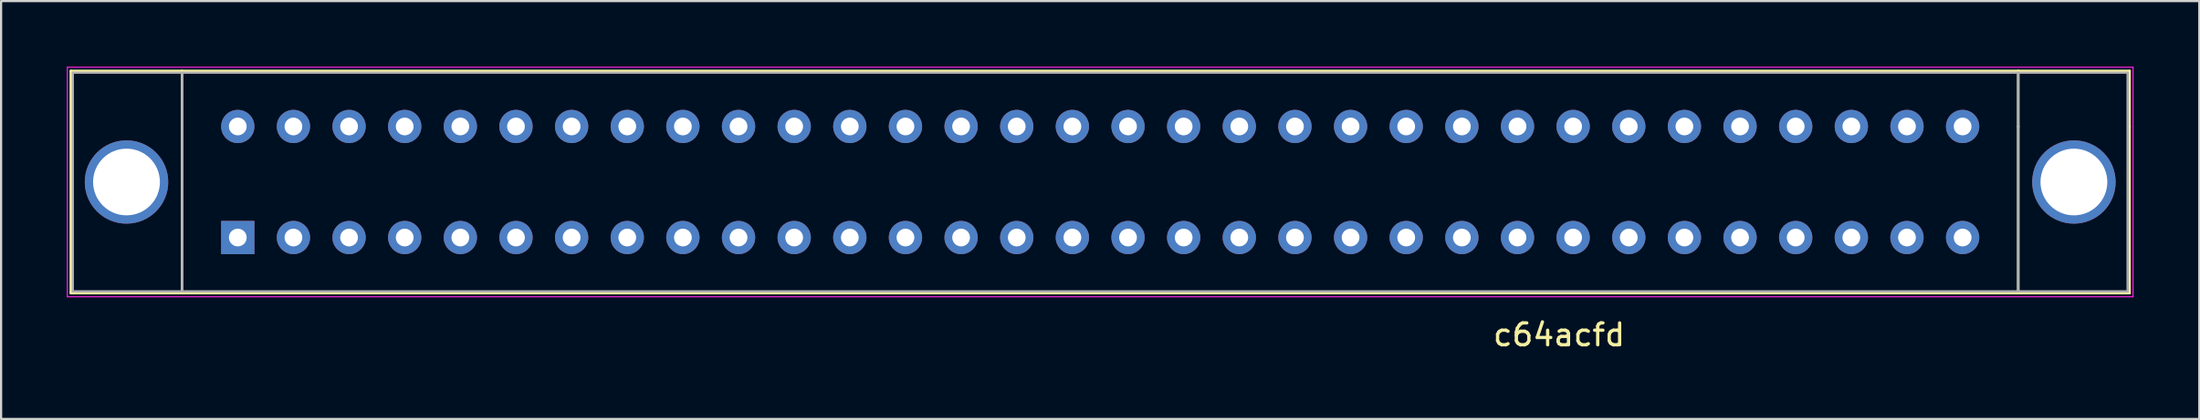
<source format=kicad_pcb>
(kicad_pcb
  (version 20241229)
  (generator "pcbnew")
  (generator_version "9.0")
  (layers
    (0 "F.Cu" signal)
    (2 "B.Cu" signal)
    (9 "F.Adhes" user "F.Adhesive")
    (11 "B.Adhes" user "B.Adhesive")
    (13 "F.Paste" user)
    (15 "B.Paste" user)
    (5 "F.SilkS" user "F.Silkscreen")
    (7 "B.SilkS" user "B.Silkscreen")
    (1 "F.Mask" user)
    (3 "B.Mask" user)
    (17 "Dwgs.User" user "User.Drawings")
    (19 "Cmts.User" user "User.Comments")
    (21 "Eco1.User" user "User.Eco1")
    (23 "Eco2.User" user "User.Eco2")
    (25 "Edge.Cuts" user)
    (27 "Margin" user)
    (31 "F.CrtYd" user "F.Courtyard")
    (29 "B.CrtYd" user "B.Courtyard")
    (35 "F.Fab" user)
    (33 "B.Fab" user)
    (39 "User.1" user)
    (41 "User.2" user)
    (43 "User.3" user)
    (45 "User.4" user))
  (footprint "c64acfd"
    (layer "F.Cu")
    (at 7.805 7.815)
    (property "Reference" "c64acfd" (at 60.32 4.45 0) (layer "F.SilkS") (effects (font (size 1 1) (thickness 0.15))))
    (attr through_hole)
    (fp_line (start -7.62 2.54) (end -7.62 -7.62) (stroke (width 0.12) (type solid)) (layer "F.SilkS"))
    (fp_line (start -2.54 -7.62) (end -2.54 2.54) (stroke (width 0.12) (type solid)) (layer "F.SilkS"))
    (fp_line (start 81.28 -5.08) (end 81.28 -7.62) (stroke (width 0.12) (type solid)) (layer "F.SilkS"))
    (fp_line (start 81.28 -5.08) (end 81.28 2.54) (stroke (width 0.12) (type solid)) (layer "F.SilkS"))
    (fp_line (start 86.36 -7.62) (end -7.62 -7.62) (stroke (width 0.12) (type solid)) (layer "F.SilkS"))
    (fp_line (start 86.36 -5.08) (end 86.36 -7.62) (stroke (width 0.12) (type solid)) (layer "F.SilkS"))
    (fp_line (start 86.36 -5.08) (end 86.36 2.54) (stroke (width 0.12) (type solid)) (layer "F.SilkS"))
    (fp_line (start 86.36 2.54) (end -7.62 2.54) (stroke (width 0.12) (type solid)) (layer "F.SilkS"))
    (fp_line (start -7.78 -7.79) (end -7.78 2.71) (stroke (width 0.05) (type solid)) (layer "F.CrtYd"))
    (fp_line (start -7.78 -7.79) (end 86.52 -7.79) (stroke (width 0.05) (type solid)) (layer "F.CrtYd"))
    (fp_line (start 86.52 2.71) (end -7.78 2.71) (stroke (width 0.05) (type solid)) (layer "F.CrtYd"))
    (fp_line (start 86.52 2.71) (end 86.52 -7.79) (stroke (width 0.05) (type solid)) (layer "F.CrtYd"))
    (fp_line (start -7.53 -7.54) (end -7.53 2.46) (stroke (width 0.1) (type solid)) (layer "F.Fab"))
    (fp_line (start -7.53 2.46) (end 86.27 2.46) (stroke (width 0.1) (type solid)) (layer "F.Fab"))
    (fp_line (start -2.53 -7.54) (end -2.53 2.46) (stroke (width 0.1) (type solid)) (layer "F.Fab"))
    (fp_line (start 81.27 2.46) (end 81.27 -7.54) (stroke (width 0.1) (type solid)) (layer "F.Fab"))
    (fp_line (start 86.27 -7.54) (end -7.53 -7.54) (stroke (width 0.1) (type solid)) (layer "F.Fab"))
    (fp_line (start 86.27 2.46) (end 86.27 -7.54) (stroke (width 0.1) (type solid)) (layer "F.Fab"))
    (pad "65" thru_hole circle (at 83.82 -2.54) (size 3.81 3.81) (drill 3.05) (layers "*.Cu" "*.Mask"))
    (pad "66" thru_hole circle (at -5.08 -2.54) (size 3.81 3.81) (drill 3.05) (layers "*.Cu" "*.Mask"))
    (pad "A1" thru_hole rect (at 0 0) (size 1.52 1.52) (drill 0.81) (layers "*.Cu" "*.Mask"))
    (pad "A2" thru_hole circle (at 2.54 0) (size 1.52 1.52) (drill 0.81) (layers "*.Cu" "*.Mask"))
    (pad "A3" thru_hole circle (at 5.08 0) (size 1.52 1.52) (drill 0.81) (layers "*.Cu" "*.Mask"))
    (pad "A4" thru_hole circle (at 7.62 0) (size 1.52 1.52) (drill 0.81) (layers "*.Cu" "*.Mask"))
    (pad "A5" thru_hole circle (at 10.16 0) (size 1.52 1.52) (drill 0.81) (layers "*.Cu" "*.Mask"))
    (pad "A6" thru_hole circle (at 12.7 0) (size 1.52 1.52) (drill 0.81) (layers "*.Cu" "*.Mask"))
    (pad "A7" thru_hole circle (at 15.24 0) (size 1.52 1.52) (drill 0.81) (layers "*.Cu" "*.Mask"))
    (pad "A8" thru_hole circle (at 17.78 0) (size 1.52 1.52) (drill 0.81) (layers "*.Cu" "*.Mask"))
    (pad "A9" thru_hole circle (at 20.32 0) (size 1.52 1.52) (drill 0.81) (layers "*.Cu" "*.Mask"))
    (pad "A10" thru_hole circle (at 22.86 0) (size 1.52 1.52) (drill 0.81) (layers "*.Cu" "*.Mask"))
    (pad "A11" thru_hole circle (at 25.4 0) (size 1.52 1.52) (drill 0.81) (layers "*.Cu" "*.Mask"))
    (pad "A12" thru_hole circle (at 27.94 0) (size 1.52 1.52) (drill 0.81) (layers "*.Cu" "*.Mask"))
    (pad "A13" thru_hole circle (at 30.48 0) (size 1.52 1.52) (drill 0.81) (layers "*.Cu" "*.Mask"))
    (pad "A14" thru_hole circle (at 33.02 0) (size 1.52 1.52) (drill 0.81) (layers "*.Cu" "*.Mask"))
    (pad "A15" thru_hole circle (at 35.56 0) (size 1.52 1.52) (drill 0.81) (layers "*.Cu" "*.Mask"))
    (pad "A16" thru_hole circle (at 38.1 0) (size 1.52 1.52) (drill 0.81) (layers "*.Cu" "*.Mask"))
    (pad "A17" thru_hole circle (at 40.64 0) (size 1.52 1.52) (drill 0.81) (layers "*.Cu" "*.Mask"))
    (pad "A18" thru_hole circle (at 43.18 0) (size 1.52 1.52) (drill 0.81) (layers "*.Cu" "*.Mask"))
    (pad "A19" thru_hole circle (at 45.72 0) (size 1.52 1.52) (drill 0.81) (layers "*.Cu" "*.Mask"))
    (pad "A20" thru_hole circle (at 48.26 0) (size 1.52 1.52) (drill 0.81) (layers "*.Cu" "*.Mask"))
    (pad "A21" thru_hole circle (at 50.8 0) (size 1.52 1.52) (drill 0.81) (layers "*.Cu" "*.Mask"))
    (pad "A22" thru_hole circle (at 53.34 0) (size 1.52 1.52) (drill 0.81) (layers "*.Cu" "*.Mask"))
    (pad "A23" thru_hole circle (at 55.88 0) (size 1.52 1.52) (drill 0.81) (layers "*.Cu" "*.Mask"))
    (pad "A24" thru_hole circle (at 58.42 0) (size 1.52 1.52) (drill 0.81) (layers "*.Cu" "*.Mask"))
    (pad "A25" thru_hole circle (at 60.96 0) (size 1.52 1.52) (drill 0.81) (layers "*.Cu" "*.Mask"))
    (pad "A26" thru_hole circle (at 63.5 0) (size 1.52 1.52) (drill 0.81) (layers "*.Cu" "*.Mask"))
    (pad "A27" thru_hole circle (at 66.04 0) (size 1.52 1.52) (drill 0.81) (layers "*.Cu" "*.Mask"))
    (pad "A28" thru_hole circle (at 68.58 0) (size 1.52 1.52) (drill 0.81) (layers "*.Cu" "*.Mask"))
    (pad "A29" thru_hole circle (at 71.12 0) (size 1.52 1.52) (drill 0.81) (layers "*.Cu" "*.Mask"))
    (pad "A30" thru_hole circle (at 73.66 0) (size 1.52 1.52) (drill 0.81) (layers "*.Cu" "*.Mask"))
    (pad "A31" thru_hole circle (at 76.2 0) (size 1.52 1.52) (drill 0.81) (layers "*.Cu" "*.Mask"))
    (pad "A32" thru_hole circle (at 78.74 0) (size 1.52 1.52) (drill 0.81) (layers "*.Cu" "*.Mask"))
    (pad "C1" thru_hole circle (at 0 -5.08) (size 1.52 1.52) (drill 0.81) (layers "*.Cu" "*.Mask"))
    (pad "C2" thru_hole circle (at 2.54 -5.08) (size 1.52 1.52) (drill 0.81) (layers "*.Cu" "*.Mask"))
    (pad "C3" thru_hole circle (at 5.08 -5.08) (size 1.52 1.52) (drill 0.81) (layers "*.Cu" "*.Mask"))
    (pad "C4" thru_hole circle (at 7.62 -5.08) (size 1.52 1.52) (drill 0.81) (layers "*.Cu" "*.Mask"))
    (pad "C5" thru_hole circle (at 10.16 -5.08) (size 1.52 1.52) (drill 0.81) (layers "*.Cu" "*.Mask"))
    (pad "C6" thru_hole circle (at 12.7 -5.08) (size 1.52 1.52) (drill 0.81) (layers "*.Cu" "*.Mask"))
    (pad "C7" thru_hole circle (at 15.24 -5.08) (size 1.52 1.52) (drill 0.81) (layers "*.Cu" "*.Mask"))
    (pad "C8" thru_hole circle (at 17.78 -5.08) (size 1.52 1.52) (drill 0.81) (layers "*.Cu" "*.Mask"))
    (pad "C9" thru_hole circle (at 20.32 -5.08) (size 1.52 1.52) (drill 0.81) (layers "*.Cu" "*.Mask"))
    (pad "C10" thru_hole circle (at 22.86 -5.08) (size 1.52 1.52) (drill 0.81) (layers "*.Cu" "*.Mask"))
    (pad "C11" thru_hole circle (at 25.4 -5.08) (size 1.52 1.52) (drill 0.81) (layers "*.Cu" "*.Mask"))
    (pad "C12" thru_hole circle (at 27.94 -5.08) (size 1.52 1.52) (drill 0.81) (layers "*.Cu" "*.Mask"))
    (pad "C13" thru_hole circle (at 30.48 -5.08) (size 1.52 1.52) (drill 0.81) (layers "*.Cu" "*.Mask"))
    (pad "C14" thru_hole circle (at 33.02 -5.08) (size 1.52 1.52) (drill 0.81) (layers "*.Cu" "*.Mask"))
    (pad "C15" thru_hole circle (at 35.56 -5.08) (size 1.52 1.52) (drill 0.81) (layers "*.Cu" "*.Mask"))
    (pad "C16" thru_hole circle (at 38.1 -5.08) (size 1.52 1.52) (drill 0.81) (layers "*.Cu" "*.Mask"))
    (pad "C17" thru_hole circle (at 40.64 -5.08) (size 1.52 1.52) (drill 0.81) (layers "*.Cu" "*.Mask"))
    (pad "C18" thru_hole circle (at 43.18 -5.08) (size 1.52 1.52) (drill 0.81) (layers "*.Cu" "*.Mask"))
    (pad "C19" thru_hole circle (at 45.72 -5.08) (size 1.52 1.52) (drill 0.81) (layers "*.Cu" "*.Mask"))
    (pad "C20" thru_hole circle (at 48.26 -5.08) (size 1.52 1.52) (drill 0.81) (layers "*.Cu" "*.Mask"))
    (pad "C21" thru_hole circle (at 50.8 -5.08) (size 1.52 1.52) (drill 0.81) (layers "*.Cu" "*.Mask"))
    (pad "C22" thru_hole circle (at 53.34 -5.08) (size 1.52 1.52) (drill 0.81) (layers "*.Cu" "*.Mask"))
    (pad "C23" thru_hole circle (at 55.88 -5.08) (size 1.52 1.52) (drill 0.81) (layers "*.Cu" "*.Mask"))
    (pad "C24" thru_hole circle (at 58.42 -5.08) (size 1.52 1.52) (drill 0.81) (layers "*.Cu" "*.Mask"))
    (pad "C25" thru_hole circle (at 60.96 -5.08) (size 1.52 1.52) (drill 0.81) (layers "*.Cu" "*.Mask"))
    (pad "C26" thru_hole circle (at 63.5 -5.08) (size 1.52 1.52) (drill 0.81) (layers "*.Cu" "*.Mask"))
    (pad "C27" thru_hole circle (at 66.04 -5.08) (size 1.52 1.52) (drill 0.81) (layers "*.Cu" "*.Mask"))
    (pad "C28" thru_hole circle (at 68.58 -5.08) (size 1.52 1.52) (drill 0.81) (layers "*.Cu" "*.Mask"))
    (pad "C29" thru_hole circle (at 71.12 -5.08) (size 1.52 1.52) (drill 0.81) (layers "*.Cu" "*.Mask"))
    (pad "C30" thru_hole circle (at 73.66 -5.08) (size 1.52 1.52) (drill 0.81) (layers "*.Cu" "*.Mask"))
    (pad "C31" thru_hole circle (at 76.2 -5.08) (size 1.52 1.52) (drill 0.81) (layers "*.Cu" "*.Mask"))
    (pad "C32" thru_hole circle (at 78.74 -5.08) (size 1.52 1.52) (drill 0.81) (layers "*.Cu" "*.Mask")))
  (gr_rect
    (start -3 -3)
    (end 97.35 16.113)
    (stroke (width 0.1) (type default))
    (fill no)
    (layer "Edge.Cuts")))
</source>
